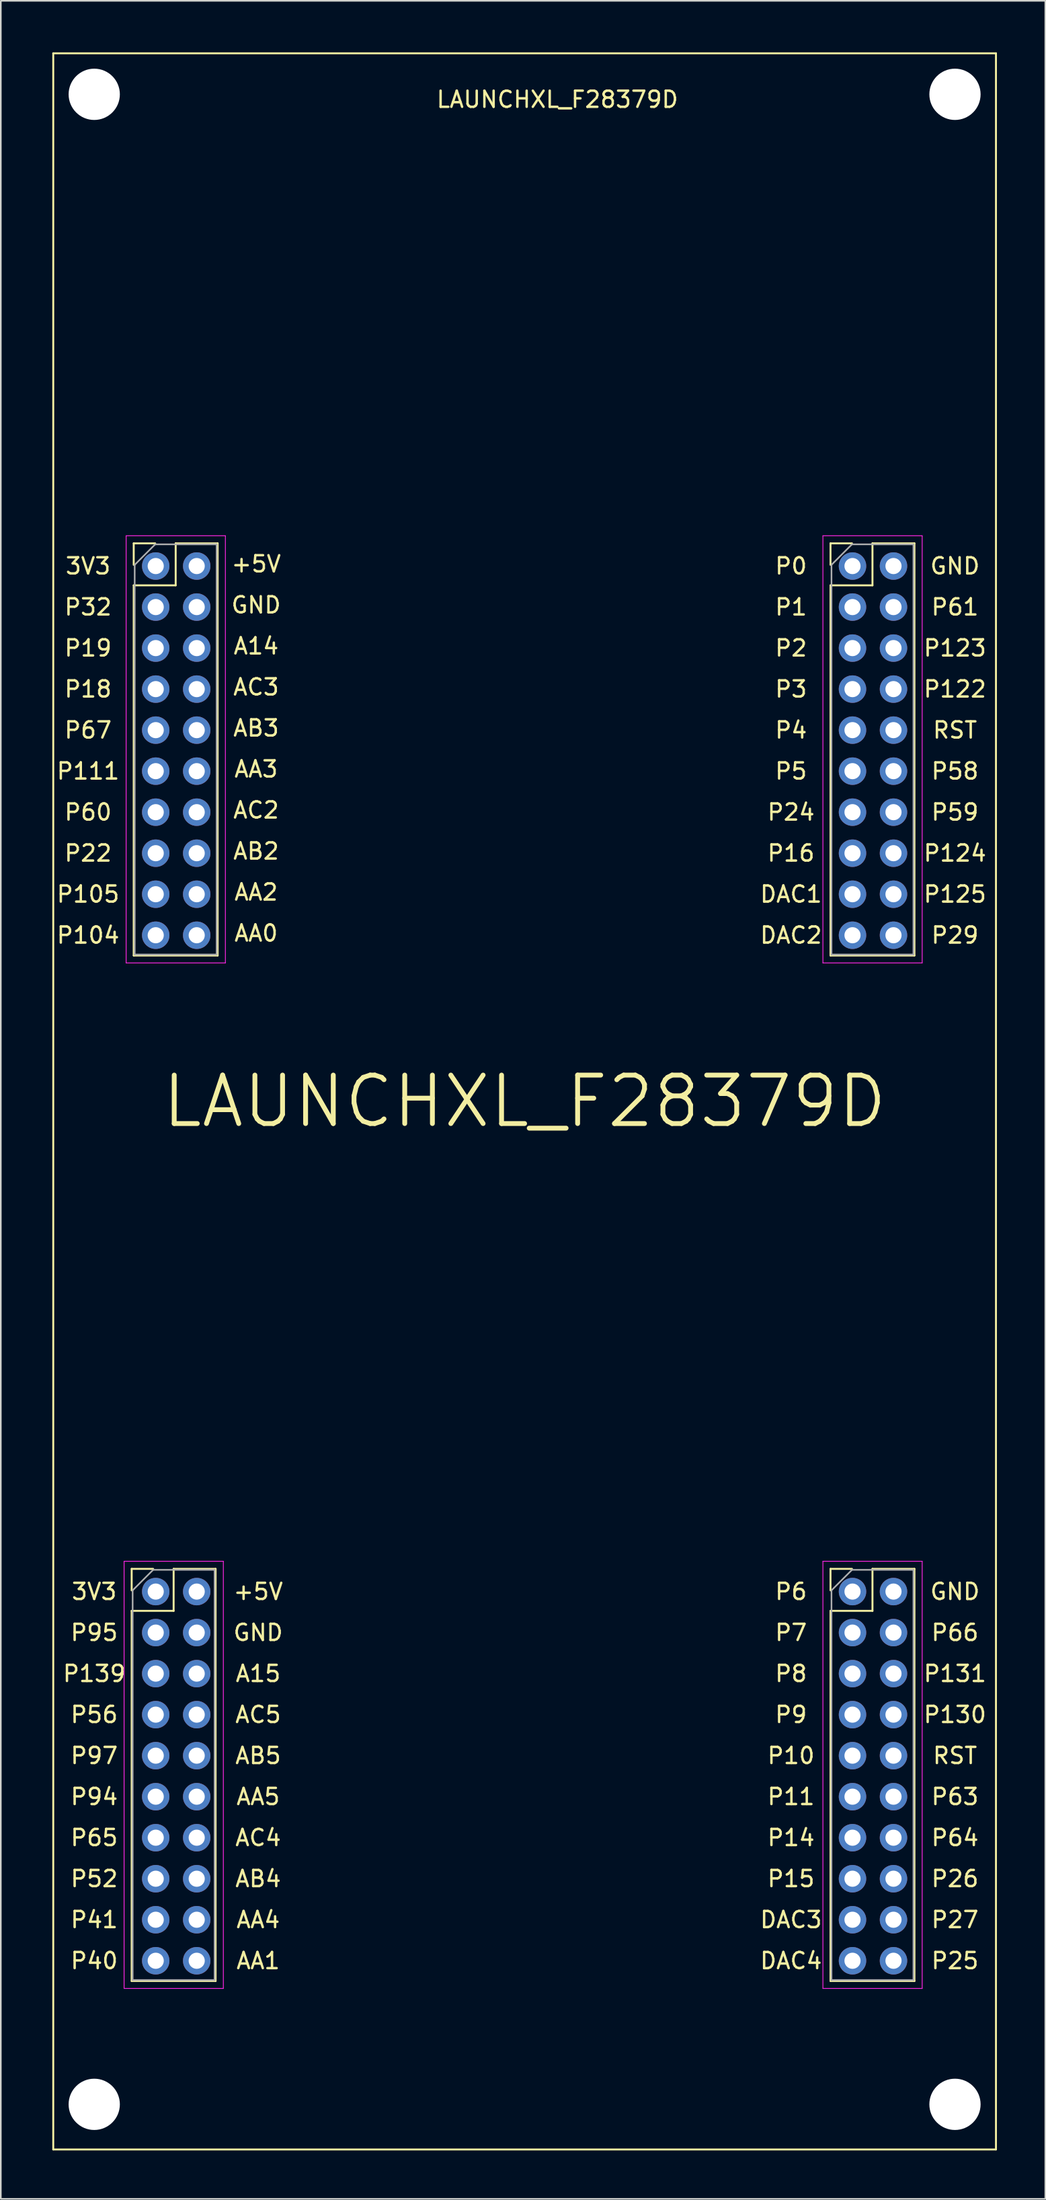
<source format=kicad_pcb>
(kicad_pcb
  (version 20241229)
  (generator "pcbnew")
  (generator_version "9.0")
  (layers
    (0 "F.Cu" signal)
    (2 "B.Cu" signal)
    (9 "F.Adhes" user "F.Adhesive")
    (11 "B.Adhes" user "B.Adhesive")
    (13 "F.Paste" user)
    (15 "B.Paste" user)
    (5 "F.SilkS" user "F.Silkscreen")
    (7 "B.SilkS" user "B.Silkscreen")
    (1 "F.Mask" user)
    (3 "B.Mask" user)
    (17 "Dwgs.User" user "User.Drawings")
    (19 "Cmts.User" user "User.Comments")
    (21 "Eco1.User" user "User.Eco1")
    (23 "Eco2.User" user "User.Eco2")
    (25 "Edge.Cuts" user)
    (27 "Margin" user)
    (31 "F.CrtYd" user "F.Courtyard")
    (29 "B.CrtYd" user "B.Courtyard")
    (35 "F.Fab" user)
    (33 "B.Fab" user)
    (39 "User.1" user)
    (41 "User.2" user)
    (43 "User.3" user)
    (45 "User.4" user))
  (footprint "LAUNCHXL_F28379D"
    (layer "F.Cu")
    (at 0.25 0.25)
    (property "Reference" "LAUNCHXL_F28379D" (at 31.242 2.858 0) (layer "F.SilkS") (effects (font (size 1 1) (thickness 0.15))))
    (attr through_hole)
    (fp_line (start 0 0) (end 0 129.794) (stroke (width 0.12) (type solid)) (layer "F.SilkS"))
    (fp_line (start 0 129.794) (end 58.42 129.794) (stroke (width 0.12) (type solid)) (layer "F.SilkS"))
    (fp_line (start 4.86 93.844) (end 6.19 93.844) (stroke (width 0.12) (type solid)) (layer "F.SilkS"))
    (fp_line (start 4.86 95.174) (end 4.86 93.844) (stroke (width 0.12) (type solid)) (layer "F.SilkS"))
    (fp_line (start 4.86 96.444) (end 4.86 119.364) (stroke (width 0.12) (type solid)) (layer "F.SilkS"))
    (fp_line (start 4.86 96.444) (end 7.46 96.444) (stroke (width 0.12) (type solid)) (layer "F.SilkS"))
    (fp_line (start 4.86 119.364) (end 10.06 119.364) (stroke (width 0.12) (type solid)) (layer "F.SilkS"))
    (fp_line (start 4.987 30.344) (end 6.317 30.344) (stroke (width 0.12) (type solid)) (layer "F.SilkS"))
    (fp_line (start 4.987 31.674) (end 4.987 30.344) (stroke (width 0.12) (type solid)) (layer "F.SilkS"))
    (fp_line (start 4.987 32.944) (end 4.987 55.864) (stroke (width 0.12) (type solid)) (layer "F.SilkS"))
    (fp_line (start 4.987 32.944) (end 7.587 32.944) (stroke (width 0.12) (type solid)) (layer "F.SilkS"))
    (fp_line (start 4.987 55.864) (end 10.187 55.864) (stroke (width 0.12) (type solid)) (layer "F.SilkS"))
    (fp_line (start 7.46 93.844) (end 10.06 93.844) (stroke (width 0.12) (type solid)) (layer "F.SilkS"))
    (fp_line (start 7.46 96.444) (end 7.46 93.844) (stroke (width 0.12) (type solid)) (layer "F.SilkS"))
    (fp_line (start 7.587 30.344) (end 10.187 30.344) (stroke (width 0.12) (type solid)) (layer "F.SilkS"))
    (fp_line (start 7.587 32.944) (end 7.587 30.344) (stroke (width 0.12) (type solid)) (layer "F.SilkS"))
    (fp_line (start 10.06 93.844) (end 10.06 119.364) (stroke (width 0.12) (type solid)) (layer "F.SilkS"))
    (fp_line (start 10.187 30.344) (end 10.187 55.864) (stroke (width 0.12) (type solid)) (layer "F.SilkS"))
    (fp_line (start 48.167 30.344) (end 49.497 30.344) (stroke (width 0.12) (type solid)) (layer "F.SilkS"))
    (fp_line (start 48.167 31.674) (end 48.167 30.344) (stroke (width 0.12) (type solid)) (layer "F.SilkS"))
    (fp_line (start 48.167 32.944) (end 48.167 55.864) (stroke (width 0.12) (type solid)) (layer "F.SilkS"))
    (fp_line (start 48.167 32.944) (end 50.767 32.944) (stroke (width 0.12) (type solid)) (layer "F.SilkS"))
    (fp_line (start 48.167 55.864) (end 53.367 55.864) (stroke (width 0.12) (type solid)) (layer "F.SilkS"))
    (fp_line (start 48.167 93.844) (end 49.497 93.844) (stroke (width 0.12) (type solid)) (layer "F.SilkS"))
    (fp_line (start 48.167 95.174) (end 48.167 93.844) (stroke (width 0.12) (type solid)) (layer "F.SilkS"))
    (fp_line (start 48.167 96.444) (end 48.167 119.364) (stroke (width 0.12) (type solid)) (layer "F.SilkS"))
    (fp_line (start 48.167 96.444) (end 50.767 96.444) (stroke (width 0.12) (type solid)) (layer "F.SilkS"))
    (fp_line (start 48.167 119.364) (end 53.367 119.364) (stroke (width 0.12) (type solid)) (layer "F.SilkS"))
    (fp_line (start 50.767 30.344) (end 53.367 30.344) (stroke (width 0.12) (type solid)) (layer "F.SilkS"))
    (fp_line (start 50.767 32.944) (end 50.767 30.344) (stroke (width 0.12) (type solid)) (layer "F.SilkS"))
    (fp_line (start 50.767 93.844) (end 53.367 93.844) (stroke (width 0.12) (type solid)) (layer "F.SilkS"))
    (fp_line (start 50.767 96.444) (end 50.767 93.844) (stroke (width 0.12) (type solid)) (layer "F.SilkS"))
    (fp_line (start 53.367 30.344) (end 53.367 55.864) (stroke (width 0.12) (type solid)) (layer "F.SilkS"))
    (fp_line (start 53.367 93.844) (end 53.367 119.364) (stroke (width 0.12) (type solid)) (layer "F.SilkS"))
    (fp_line (start 58.42 0) (end 0 0) (stroke (width 0.12) (type solid)) (layer "F.SilkS"))
    (fp_line (start 58.42 129.794) (end 58.42 0) (stroke (width 0.12) (type solid)) (layer "F.SilkS"))
    (fp_line (start 4.39 93.374) (end 4.39 119.824) (stroke (width 0.05) (type solid)) (layer "F.CrtYd"))
    (fp_line (start 4.39 119.824) (end 10.54 119.824) (stroke (width 0.05) (type solid)) (layer "F.CrtYd"))
    (fp_line (start 4.517 29.874) (end 4.517 56.324) (stroke (width 0.05) (type solid)) (layer "F.CrtYd"))
    (fp_line (start 4.517 56.324) (end 10.667 56.324) (stroke (width 0.05) (type solid)) (layer "F.CrtYd"))
    (fp_line (start 10.54 93.374) (end 4.39 93.374) (stroke (width 0.05) (type solid)) (layer "F.CrtYd"))
    (fp_line (start 10.54 119.824) (end 10.54 93.374) (stroke (width 0.05) (type solid)) (layer "F.CrtYd"))
    (fp_line (start 10.667 29.874) (end 4.517 29.874) (stroke (width 0.05) (type solid)) (layer "F.CrtYd"))
    (fp_line (start 10.667 56.324) (end 10.667 29.874) (stroke (width 0.05) (type solid)) (layer "F.CrtYd"))
    (fp_line (start 47.697 29.874) (end 47.697 56.324) (stroke (width 0.05) (type solid)) (layer "F.CrtYd"))
    (fp_line (start 47.697 56.324) (end 53.847 56.324) (stroke (width 0.05) (type solid)) (layer "F.CrtYd"))
    (fp_line (start 47.697 93.374) (end 47.697 119.824) (stroke (width 0.05) (type solid)) (layer "F.CrtYd"))
    (fp_line (start 47.697 119.824) (end 53.847 119.824) (stroke (width 0.05) (type solid)) (layer "F.CrtYd"))
    (fp_line (start 53.847 29.874) (end 47.697 29.874) (stroke (width 0.05) (type solid)) (layer "F.CrtYd"))
    (fp_line (start 53.847 56.324) (end 53.847 29.874) (stroke (width 0.05) (type solid)) (layer "F.CrtYd"))
    (fp_line (start 53.847 93.374) (end 47.697 93.374) (stroke (width 0.05) (type solid)) (layer "F.CrtYd"))
    (fp_line (start 53.847 119.824) (end 53.847 93.374) (stroke (width 0.05) (type solid)) (layer "F.CrtYd"))
    (fp_line (start 4.92 95.174) (end 6.19 93.904) (stroke (width 0.1) (type solid)) (layer "F.Fab"))
    (fp_line (start 4.92 119.304) (end 4.92 95.174) (stroke (width 0.1) (type solid)) (layer "F.Fab"))
    (fp_line (start 5.047 31.674) (end 6.317 30.404) (stroke (width 0.1) (type solid)) (layer "F.Fab"))
    (fp_line (start 5.047 55.804) (end 5.047 31.674) (stroke (width 0.1) (type solid)) (layer "F.Fab"))
    (fp_line (start 6.19 93.904) (end 10 93.904) (stroke (width 0.1) (type solid)) (layer "F.Fab"))
    (fp_line (start 6.317 30.404) (end 10.127 30.404) (stroke (width 0.1) (type solid)) (layer "F.Fab"))
    (fp_line (start 10 93.904) (end 10 119.304) (stroke (width 0.1) (type solid)) (layer "F.Fab"))
    (fp_line (start 10 119.304) (end 4.92 119.304) (stroke (width 0.1) (type solid)) (layer "F.Fab"))
    (fp_line (start 10.127 30.404) (end 10.127 55.804) (stroke (width 0.1) (type solid)) (layer "F.Fab"))
    (fp_line (start 10.127 55.804) (end 5.047 55.804) (stroke (width 0.1) (type solid)) (layer "F.Fab"))
    (fp_line (start 48.227 31.674) (end 49.497 30.404) (stroke (width 0.1) (type solid)) (layer "F.Fab"))
    (fp_line (start 48.227 55.804) (end 48.227 31.674) (stroke (width 0.1) (type solid)) (layer "F.Fab"))
    (fp_line (start 48.227 95.174) (end 49.497 93.904) (stroke (width 0.1) (type solid)) (layer "F.Fab"))
    (fp_line (start 48.227 119.304) (end 48.227 95.174) (stroke (width 0.1) (type solid)) (layer "F.Fab"))
    (fp_line (start 49.497 30.404) (end 53.307 30.404) (stroke (width 0.1) (type solid)) (layer "F.Fab"))
    (fp_line (start 49.497 93.904) (end 53.307 93.904) (stroke (width 0.1) (type solid)) (layer "F.Fab"))
    (fp_line (start 53.307 30.404) (end 53.307 55.804) (stroke (width 0.1) (type solid)) (layer "F.Fab"))
    (fp_line (start 53.307 55.804) (end 48.227 55.804) (stroke (width 0.1) (type solid)) (layer "F.Fab"))
    (fp_line (start 53.307 93.904) (end 53.307 119.304) (stroke (width 0.1) (type solid)) (layer "F.Fab"))
    (fp_line (start 53.307 119.304) (end 48.227 119.304) (stroke (width 0.1) (type solid)) (layer "F.Fab"))
    (fp_text user "P24" (at 45.72 46.99 0) (layer "F.SilkS") (effects (font (size 1 1) (thickness 0.15))))
    (fp_text user "P65" (at 2.54 110.49 0) (layer "F.SilkS") (effects (font (size 1 1) (thickness 0.15))))
    (fp_text user "P58" (at 55.88 44.45 0) (layer "F.SilkS") (effects (font (size 1 1) (thickness 0.15))))
    (fp_text user "P105" (at 2.159 52.07 0) (layer "F.SilkS") (effects (font (size 1 1) (thickness 0.15))))
    (fp_text user "P4" (at 45.72 41.91 0) (layer "F.SilkS") (effects (font (size 1 1) (thickness 0.15))))
    (fp_text user "P32" (at 2.159 34.29 0) (layer "F.SilkS") (effects (font (size 1 1) (thickness 0.15))))
    (fp_text user "RST" (at 55.88 105.41 0) (layer "F.SilkS") (effects (font (size 1 1) (thickness 0.15))))
    (fp_text user "+5V" (at 12.7 95.25 0) (layer "F.SilkS") (effects (font (size 1 1) (thickness 0.15))))
    (fp_text user "AC3" (at 12.573 39.243 0) (layer "F.SilkS") (effects (font (size 1 1) (thickness 0.15))))
    (fp_text user "DAC3" (at 45.72 115.57 0) (layer "F.SilkS") (effects (font (size 1 1) (thickness 0.15))))
    (fp_text user "GND" (at 55.88 95.25 0) (layer "F.SilkS") (effects (font (size 1 1) (thickness 0.15))))
    (fp_text user "P9" (at 45.72 102.87 0) (layer "F.SilkS") (effects (font (size 1 1) (thickness 0.15))))
    (fp_text user "LAUNCHXL_F28379D" (at 29.21 64.897 180) (layer "F.SilkS") (effects (font (size 3 3) (thickness 0.3))))
    (fp_text user "P29" (at 55.88 54.61 0) (layer "F.SilkS") (effects (font (size 1 1) (thickness 0.15))))
    (fp_text user "P1" (at 45.72 34.29 0) (layer "F.SilkS") (effects (font (size 1 1) (thickness 0.15))))
    (fp_text user "P22" (at 2.159 49.53 0) (layer "F.SilkS") (effects (font (size 1 1) (thickness 0.15))))
    (fp_text user "AA1" (at 12.7 118.11 0) (layer "F.SilkS") (effects (font (size 1 1) (thickness 0.15))))
    (fp_text user "DAC1" (at 45.72 52.07 0) (layer "F.SilkS") (effects (font (size 1 1) (thickness 0.15))))
    (fp_text user "GND" (at 12.573 34.163 0) (layer "F.SilkS") (effects (font (size 1 1) (thickness 0.15))))
    (fp_text user "AB4" (at 12.7 113.03 0) (layer "F.SilkS") (effects (font (size 1 1) (thickness 0.15))))
    (fp_text user "GND" (at 55.88 31.75 0) (layer "F.SilkS") (effects (font (size 1 1) (thickness 0.15))))
    (fp_text user "P10" (at 45.72 105.41 0) (layer "F.SilkS") (effects (font (size 1 1) (thickness 0.15))))
    (fp_text user "P0" (at 45.72 31.75 0) (layer "F.SilkS") (effects (font (size 1 1) (thickness 0.15))))
    (fp_text user "P130" (at 55.88 102.87 0) (layer "F.SilkS") (effects (font (size 1 1) (thickness 0.15))))
    (fp_text user "AC5" (at 12.7 102.87 0) (layer "F.SilkS") (effects (font (size 1 1) (thickness 0.15))))
    (fp_text user "P41" (at 2.54 115.57 0) (layer "F.SilkS") (effects (font (size 1 1) (thickness 0.15))))
    (fp_text user "P122" (at 55.88 39.37 0) (layer "F.SilkS") (effects (font (size 1 1) (thickness 0.15))))
    (fp_text user "3V3" (at 2.54 95.25 0) (layer "F.SilkS") (effects (font (size 1 1) (thickness 0.15))))
    (fp_text user "P11" (at 45.72 107.95 0) (layer "F.SilkS") (effects (font (size 1 1) (thickness 0.15))))
    (fp_text user "P19" (at 2.159 36.83 0) (layer "F.SilkS") (effects (font (size 1 1) (thickness 0.15))))
    (fp_text user "AA3" (at 12.573 44.323 0) (layer "F.SilkS") (effects (font (size 1 1) (thickness 0.15))))
    (fp_text user "P61" (at 55.88 34.29 0) (layer "F.SilkS") (effects (font (size 1 1) (thickness 0.15))))
    (fp_text user "P131" (at 55.88 100.33 0) (layer "F.SilkS") (effects (font (size 1 1) (thickness 0.15))))
    (fp_text user "P64" (at 55.88 110.49 0) (layer "F.SilkS") (effects (font (size 1 1) (thickness 0.15))))
    (fp_text user "AB2" (at 12.573 49.403 0) (layer "F.SilkS") (effects (font (size 1 1) (thickness 0.15))))
    (fp_text user "3V3" (at 2.159 31.75 0) (layer "F.SilkS") (effects (font (size 1 1) (thickness 0.15))))
    (fp_text user "P14" (at 45.72 110.49 0) (layer "F.SilkS") (effects (font (size 1 1) (thickness 0.15))))
    (fp_text user "A14" (at 12.573 36.703 0) (layer "F.SilkS") (effects (font (size 1 1) (thickness 0.15))))
    (fp_text user "DAC4" (at 45.72 118.11 0) (layer "F.SilkS") (effects (font (size 1 1) (thickness 0.15))))
    (fp_text user "P111" (at 2.159 44.45 0) (layer "F.SilkS") (effects (font (size 1 1) (thickness 0.15))))
    (fp_text user "AA0" (at 12.573 54.483 0) (layer "F.SilkS") (effects (font (size 1 1) (thickness 0.15))))
    (fp_text user "P124" (at 55.88 49.53 0) (layer "F.SilkS") (effects (font (size 1 1) (thickness 0.15))))
    (fp_text user "P125" (at 55.88 52.07 0) (layer "F.SilkS") (effects (font (size 1 1) (thickness 0.15))))
    (fp_text user "P8" (at 45.72 100.33 0) (layer "F.SilkS") (effects (font (size 1 1) (thickness 0.15))))
    (fp_text user "P97" (at 2.54 105.41 0) (layer "F.SilkS") (effects (font (size 1 1) (thickness 0.15))))
    (fp_text user "P123" (at 55.88 36.83 0) (layer "F.SilkS") (effects (font (size 1 1) (thickness 0.15))))
    (fp_text user "P25" (at 55.88 118.11 0) (layer "F.SilkS") (effects (font (size 1 1) (thickness 0.15))))
    (fp_text user "AB5" (at 12.7 105.41 0) (layer "F.SilkS") (effects (font (size 1 1) (thickness 0.15))))
    (fp_text user "P67" (at 2.159 41.91 0) (layer "F.SilkS") (effects (font (size 1 1) (thickness 0.15))))
    (fp_text user "P139" (at 2.54 100.33 0) (layer "F.SilkS") (effects (font (size 1 1) (thickness 0.15))))
    (fp_text user "P6" (at 45.72 95.25 0) (layer "F.SilkS") (effects (font (size 1 1) (thickness 0.15))))
    (fp_text user "P104" (at 2.159 54.61 0) (layer "F.SilkS") (effects (font (size 1 1) (thickness 0.15))))
    (fp_text user "P5" (at 45.72 44.45 0) (layer "F.SilkS") (effects (font (size 1 1) (thickness 0.15))))
    (fp_text user "P56" (at 2.54 102.87 0) (layer "F.SilkS") (effects (font (size 1 1) (thickness 0.15))))
    (fp_text user "RST" (at 55.88 41.91 0) (layer "F.SilkS") (effects (font (size 1 1) (thickness 0.15))))
    (fp_text user "P15" (at 45.72 113.03 0) (layer "F.SilkS") (effects (font (size 1 1) (thickness 0.15))))
    (fp_text user "+5V" (at 12.573 31.623 0) (layer "F.SilkS") (effects (font (size 1 1) (thickness 0.15))))
    (fp_text user "P60" (at 2.159 46.99 0) (layer "F.SilkS") (effects (font (size 1 1) (thickness 0.15))))
    (fp_text user "GND" (at 12.7 97.79 0) (layer "F.SilkS") (effects (font (size 1 1) (thickness 0.15))))
    (fp_text user "P52" (at 2.54 113.03 0) (layer "F.SilkS") (effects (font (size 1 1) (thickness 0.15))))
    (fp_text user "AA5" (at 12.7 107.95 0) (layer "F.SilkS") (effects (font (size 1 1) (thickness 0.15))))
    (fp_text user "P95" (at 2.54 97.79 0) (layer "F.SilkS") (effects (font (size 1 1) (thickness 0.15))))
    (fp_text user "P2" (at 45.72 36.83 0) (layer "F.SilkS") (effects (font (size 1 1) (thickness 0.15))))
    (fp_text user "P16" (at 45.72 49.53 0) (layer "F.SilkS") (effects (font (size 1 1) (thickness 0.15))))
    (fp_text user "AB3" (at 12.573 41.783 0) (layer "F.SilkS") (effects (font (size 1 1) (thickness 0.15))))
    (fp_text user "DAC2" (at 45.72 54.61 0) (layer "F.SilkS") (effects (font (size 1 1) (thickness 0.15))))
    (fp_text user "P27" (at 55.88 115.57 0) (layer "F.SilkS") (effects (font (size 1 1) (thickness 0.15))))
    (fp_text user "A15" (at 12.7 100.33 0) (layer "F.SilkS") (effects (font (size 1 1) (thickness 0.15))))
    (fp_text user "P3" (at 45.72 39.37 0) (layer "F.SilkS") (effects (font (size 1 1) (thickness 0.15))))
    (fp_text user "P26" (at 55.88 113.03 0) (layer "F.SilkS") (effects (font (size 1 1) (thickness 0.15))))
    (fp_text user "P94" (at 2.54 107.95 0) (layer "F.SilkS") (effects (font (size 1 1) (thickness 0.15))))
    (fp_text user "P40" (at 2.54 118.11 0) (layer "F.SilkS") (effects (font (size 1 1) (thickness 0.15))))
    (fp_text user "P18" (at 2.159 39.37 0) (layer "F.SilkS") (effects (font (size 1 1) (thickness 0.15))))
    (fp_text user "AA2" (at 12.573 51.943 0) (layer "F.SilkS") (effects (font (size 1 1) (thickness 0.15))))
    (fp_text user "P7" (at 45.72 97.79 0) (layer "F.SilkS") (effects (font (size 1 1) (thickness 0.15))))
    (fp_text user "AC4" (at 12.7 110.49 0) (layer "F.SilkS") (effects (font (size 1 1) (thickness 0.15))))
    (fp_text user "P59" (at 55.88 46.99 0) (layer "F.SilkS") (effects (font (size 1 1) (thickness 0.15))))
    (fp_text user "AA4" (at 12.7 115.57 0) (layer "F.SilkS") (effects (font (size 1 1) (thickness 0.15))))
    (fp_text user "P66" (at 55.88 97.79 0) (layer "F.SilkS") (effects (font (size 1 1) (thickness 0.15))))
    (fp_text user "P63" (at 55.88 107.95 0) (layer "F.SilkS") (effects (font (size 1 1) (thickness 0.15))))
    (fp_text user "AC2" (at 12.573 46.863 0) (layer "F.SilkS") (effects (font (size 1 1) (thickness 0.15))))
    (pad "" np_thru_hole circle (at 2.54 2.54) (size 3.175 3.175) (drill 3.175) (layers "*.Cu" "*.Mask"))
    (pad "" np_thru_hole circle (at 2.54 127) (size 3.175 3.175) (drill 3.175) (layers "*.Cu" "*.Mask"))
    (pad "" np_thru_hole circle (at 55.88 2.54) (size 3.175 3.175) (drill 3.175) (layers "*.Cu" "*.Mask"))
    (pad "" np_thru_hole circle (at 55.88 127) (size 3.175 3.175) (drill 3.175) (layers "*.Cu" "*.Mask"))
    (pad "1" thru_hole circle (at 6.35 31.75) (size 1.7 1.7) (drill 1) (layers "*.Cu" "*.Mask"))
    (pad "2" thru_hole circle (at 6.35 34.29) (size 1.7 1.7) (drill 1) (layers "*.Cu" "*.Mask"))
    (pad "3" thru_hole circle (at 6.35 36.83) (size 1.7 1.7) (drill 1) (layers "*.Cu" "*.Mask"))
    (pad "4" thru_hole circle (at 6.35 39.37) (size 1.7 1.7) (drill 1) (layers "*.Cu" "*.Mask"))
    (pad "5" thru_hole circle (at 6.35 41.91) (size 1.7 1.7) (drill 1) (layers "*.Cu" "*.Mask"))
    (pad "6" thru_hole circle (at 6.35 44.45) (size 1.7 1.7) (drill 1) (layers "*.Cu" "*.Mask"))
    (pad "7" thru_hole circle (at 6.35 46.99) (size 1.7 1.7) (drill 1) (layers "*.Cu" "*.Mask"))
    (pad "8" thru_hole circle (at 6.35 49.53) (size 1.7 1.7) (drill 1) (layers "*.Cu" "*.Mask"))
    (pad "9" thru_hole circle (at 6.35 52.07) (size 1.7 1.7) (drill 1) (layers "*.Cu" "*.Mask"))
    (pad "10" thru_hole circle (at 6.35 54.61) (size 1.7 1.7) (drill 1) (layers "*.Cu" "*.Mask"))
    (pad "11" thru_hole circle (at 8.89 31.75) (size 1.7 1.7) (drill 1) (layers "*.Cu" "*.Mask"))
    (pad "12" thru_hole circle (at 8.89 34.29) (size 1.7 1.7) (drill 1) (layers "*.Cu" "*.Mask"))
    (pad "13" thru_hole circle (at 8.89 36.83) (size 1.7 1.7) (drill 1) (layers "*.Cu" "*.Mask"))
    (pad "14" thru_hole circle (at 8.89 39.37) (size 1.7 1.7) (drill 1) (layers "*.Cu" "*.Mask"))
    (pad "15" thru_hole circle (at 8.89 41.91) (size 1.7 1.7) (drill 1) (layers "*.Cu" "*.Mask"))
    (pad "16" thru_hole circle (at 8.89 44.45) (size 1.7 1.7) (drill 1) (layers "*.Cu" "*.Mask"))
    (pad "17" thru_hole circle (at 8.89 46.99) (size 1.7 1.7) (drill 1) (layers "*.Cu" "*.Mask"))
    (pad "18" thru_hole circle (at 8.89 49.53) (size 1.7 1.7) (drill 1) (layers "*.Cu" "*.Mask"))
    (pad "19" thru_hole circle (at 8.89 52.07) (size 1.7 1.7) (drill 1) (layers "*.Cu" "*.Mask"))
    (pad "20" thru_hole circle (at 8.89 54.61) (size 1.7 1.7) (drill 1) (layers "*.Cu" "*.Mask"))
    (pad "21" thru_hole circle (at 6.35 95.25) (size 1.7 1.7) (drill 1) (layers "*.Cu" "*.Mask"))
    (pad "22" thru_hole circle (at 6.35 97.79) (size 1.7 1.7) (drill 1) (layers "*.Cu" "*.Mask"))
    (pad "23" thru_hole circle (at 6.35 100.33) (size 1.7 1.7) (drill 1) (layers "*.Cu" "*.Mask"))
    (pad "24" thru_hole circle (at 6.35 102.87) (size 1.7 1.7) (drill 1) (layers "*.Cu" "*.Mask"))
    (pad "25" thru_hole circle (at 6.35 105.41) (size 1.7 1.7) (drill 1) (layers "*.Cu" "*.Mask"))
    (pad "26" thru_hole circle (at 6.35 107.95) (size 1.7 1.7) (drill 1) (layers "*.Cu" "*.Mask"))
    (pad "27" thru_hole circle (at 6.35 110.49) (size 1.7 1.7) (drill 1) (layers "*.Cu" "*.Mask"))
    (pad "28" thru_hole circle (at 6.35 113.03) (size 1.7 1.7) (drill 1) (layers "*.Cu" "*.Mask"))
    (pad "29" thru_hole circle (at 6.35 115.57) (size 1.7 1.7) (drill 1) (layers "*.Cu" "*.Mask"))
    (pad "30" thru_hole circle (at 6.35 118.11) (size 1.7 1.7) (drill 1) (layers "*.Cu" "*.Mask"))
    (pad "31" thru_hole circle (at 8.89 95.25) (size 1.7 1.7) (drill 1) (layers "*.Cu" "*.Mask"))
    (pad "32" thru_hole circle (at 8.89 97.79) (size 1.7 1.7) (drill 1) (layers "*.Cu" "*.Mask"))
    (pad "33" thru_hole circle (at 8.89 100.33) (size 1.7 1.7) (drill 1) (layers "*.Cu" "*.Mask"))
    (pad "34" thru_hole circle (at 8.89 102.87) (size 1.7 1.7) (drill 1) (layers "*.Cu" "*.Mask"))
    (pad "35" thru_hole circle (at 8.89 105.41) (size 1.7 1.7) (drill 1) (layers "*.Cu" "*.Mask"))
    (pad "36" thru_hole circle (at 8.89 107.95) (size 1.7 1.7) (drill 1) (layers "*.Cu" "*.Mask"))
    (pad "37" thru_hole circle (at 8.89 110.49) (size 1.7 1.7) (drill 1) (layers "*.Cu" "*.Mask"))
    (pad "38" thru_hole circle (at 8.89 113.03) (size 1.7 1.7) (drill 1) (layers "*.Cu" "*.Mask"))
    (pad "39" thru_hole circle (at 8.89 115.57) (size 1.7 1.7) (drill 1) (layers "*.Cu" "*.Mask"))
    (pad "40" thru_hole circle (at 8.89 118.11) (size 1.7 1.7) (drill 1) (layers "*.Cu" "*.Mask"))
    (pad "41" thru_hole circle (at 52.07 31.75) (size 1.7 1.7) (drill 1) (layers "*.Cu" "*.Mask"))
    (pad "42" thru_hole circle (at 52.07 34.29) (size 1.7 1.7) (drill 1) (layers "*.Cu" "*.Mask"))
    (pad "43" thru_hole circle (at 52.07 36.83) (size 1.7 1.7) (drill 1) (layers "*.Cu" "*.Mask"))
    (pad "44" thru_hole circle (at 52.07 39.37) (size 1.7 1.7) (drill 1) (layers "*.Cu" "*.Mask"))
    (pad "45" thru_hole circle (at 52.07 41.91) (size 1.7 1.7) (drill 1) (layers "*.Cu" "*.Mask"))
    (pad "46" thru_hole circle (at 52.07 44.45) (size 1.7 1.7) (drill 1) (layers "*.Cu" "*.Mask"))
    (pad "47" thru_hole circle (at 52.07 46.99) (size 1.7 1.7) (drill 1) (layers "*.Cu" "*.Mask"))
    (pad "48" thru_hole circle (at 52.07 49.53) (size 1.7 1.7) (drill 1) (layers "*.Cu" "*.Mask"))
    (pad "49" thru_hole circle (at 52.07 52.07) (size 1.7 1.7) (drill 1) (layers "*.Cu" "*.Mask"))
    (pad "50" thru_hole circle (at 52.07 54.61) (size 1.7 1.7) (drill 1) (layers "*.Cu" "*.Mask"))
    (pad "51" thru_hole circle (at 49.53 31.75) (size 1.7 1.7) (drill 1) (layers "*.Cu" "*.Mask"))
    (pad "52" thru_hole circle (at 49.53 34.29) (size 1.7 1.7) (drill 1) (layers "*.Cu" "*.Mask"))
    (pad "53" thru_hole circle (at 49.53 36.83) (size 1.7 1.7) (drill 1) (layers "*.Cu" "*.Mask"))
    (pad "54" thru_hole circle (at 49.53 39.37) (size 1.7 1.7) (drill 1) (layers "*.Cu" "*.Mask"))
    (pad "55" thru_hole circle (at 49.53 41.91) (size 1.7 1.7) (drill 1) (layers "*.Cu" "*.Mask"))
    (pad "56" thru_hole circle (at 49.53 44.45) (size 1.7 1.7) (drill 1) (layers "*.Cu" "*.Mask"))
    (pad "57" thru_hole circle (at 49.53 46.99) (size 1.7 1.7) (drill 1) (layers "*.Cu" "*.Mask"))
    (pad "58" thru_hole circle (at 49.53 49.53) (size 1.7 1.7) (drill 1) (layers "*.Cu" "*.Mask"))
    (pad "59" thru_hole circle (at 49.53 52.07) (size 1.7 1.7) (drill 1) (layers "*.Cu" "*.Mask"))
    (pad "60" thru_hole circle (at 49.53 54.61) (size 1.7 1.7) (drill 1) (layers "*.Cu" "*.Mask"))
    (pad "61" thru_hole circle (at 52.07 95.25) (size 1.7 1.7) (drill 1) (layers "*.Cu" "*.Mask"))
    (pad "62" thru_hole circle (at 52.07 97.79) (size 1.7 1.7) (drill 1) (layers "*.Cu" "*.Mask"))
    (pad "63" thru_hole circle (at 52.07 100.33) (size 1.7 1.7) (drill 1) (layers "*.Cu" "*.Mask"))
    (pad "64" thru_hole circle (at 52.07 102.87) (size 1.7 1.7) (drill 1) (layers "*.Cu" "*.Mask"))
    (pad "65" thru_hole circle (at 52.07 105.41) (size 1.7 1.7) (drill 1) (layers "*.Cu" "*.Mask"))
    (pad "66" thru_hole circle (at 52.07 107.95) (size 1.7 1.7) (drill 1) (layers "*.Cu" "*.Mask"))
    (pad "67" thru_hole circle (at 52.07 110.49) (size 1.7 1.7) (drill 1) (layers "*.Cu" "*.Mask"))
    (pad "68" thru_hole circle (at 52.07 113.03) (size 1.7 1.7) (drill 1) (layers "*.Cu" "*.Mask"))
    (pad "69" thru_hole circle (at 52.07 115.57) (size 1.7 1.7) (drill 1) (layers "*.Cu" "*.Mask"))
    (pad "70" thru_hole circle (at 52.07 118.11) (size 1.7 1.7) (drill 1) (layers "*.Cu" "*.Mask"))
    (pad "71" thru_hole circle (at 49.53 95.25) (size 1.7 1.7) (drill 1) (layers "*.Cu" "*.Mask"))
    (pad "72" thru_hole circle (at 49.53 97.79) (size 1.7 1.7) (drill 1) (layers "*.Cu" "*.Mask"))
    (pad "73" thru_hole circle (at 49.53 100.33) (size 1.7 1.7) (drill 1) (layers "*.Cu" "*.Mask"))
    (pad "74" thru_hole circle (at 49.53 102.87) (size 1.7 1.7) (drill 1) (layers "*.Cu" "*.Mask"))
    (pad "75" thru_hole circle (at 49.53 105.41) (size 1.7 1.7) (drill 1) (layers "*.Cu" "*.Mask"))
    (pad "76" thru_hole circle (at 49.53 107.95) (size 1.7 1.7) (drill 1) (layers "*.Cu" "*.Mask"))
    (pad "77" thru_hole circle (at 49.53 110.49) (size 1.7 1.7) (drill 1) (layers "*.Cu" "*.Mask"))
    (pad "78" thru_hole circle (at 49.53 113.03) (size 1.7 1.7) (drill 1) (layers "*.Cu" "*.Mask"))
    (pad "79" thru_hole circle (at 49.53 115.57) (size 1.7 1.7) (drill 1) (layers "*.Cu" "*.Mask"))
    (pad "80" thru_hole circle (at 49.53 118.11) (size 1.7 1.7) (drill 1) (layers "*.Cu" "*.Mask")))
  (gr_rect
    (start -3 -3)
    (end 61.73 133.104)
    (stroke (width 0.1) (type default))
    (fill no)
    (layer "Edge.Cuts")))
</source>
